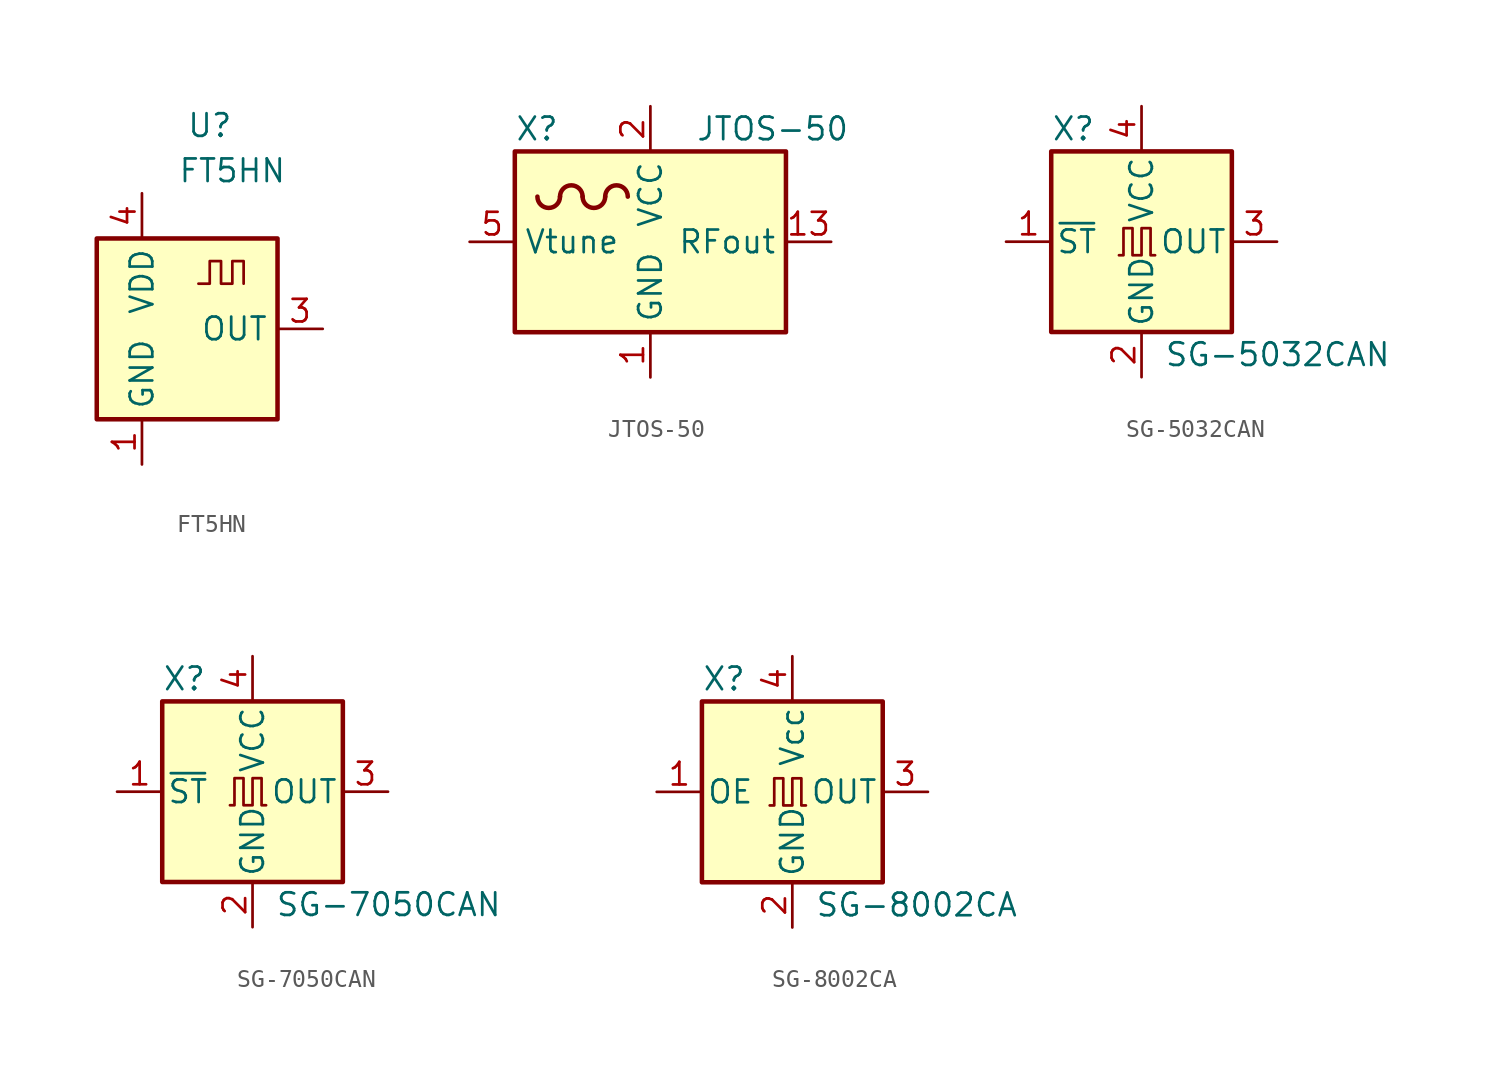
<source format=kicad_sym>
(kicad_symbol_lib
  (version 20201005)
  (generator kicad_symbol_editor)
  (symbol "FT5HN"
    (property "Reference" "U"
      (at 1.27 11.43 0)
      (effects (font (size 1.27 1.27))))
    (property "Value" "FT5HN"
      (at 2.54 8.89 0)
      (effects (font (size 1.27 1.27))))
    (symbol "FT5HN_0_1"
      (rectangle (start -5.08 5.08) (end 5.08 -5.08) (stroke (width 0.254)) (fill (type background)))
      (polyline (pts (xy 0.635 2.54) (xy 1.27 2.54) (xy 1.27 3.81) (xy 1.905 3.81) (xy 1.905 2.54) (xy 2.54 2.54) (xy 2.54 3.81) (xy 3.175 3.81) (xy 3.175 2.54)) (stroke (width 0)) (fill (type none))))
    (symbol "FT5HN_1_1"
      (pin power_in line (at -2.54 -7.62 90) (length 2.54) (name "GND" (effects (font (size 1.27 1.27)))) (number "1" (effects (font (size 1.27 1.27)))))
      (pin passive line (at -2.54 -7.62 90) (length 2.54) hide (name "GND" (effects (font (size 1.27 1.27)))) (number "2" (effects (font (size 1.27 1.27)))))
      (pin output line (at 7.62 0 180) (length 2.54) (name "OUT" (effects (font (size 1.27 1.27)))) (number "3" (effects (font (size 1.27 1.27)))))
      (pin power_in line (at -2.54 7.62 270) (length 2.54) (name "VDD" (effects (font (size 1.27 1.27)))) (number "4" (effects (font (size 1.27 1.27)))))))
  (symbol "JTOS-50"
    (property "Reference" "X"
      (at -7.62 6.35 0)
      (effects (font (size 1.27 1.27)) (justify left)))
    (property "Value" "JTOS-50"
      (at 2.54 6.35 0)
      (effects (font (size 1.27 1.27)) (justify left)))
    (symbol "JTOS-50_0_1"
      (arc (start -6.35 2.54) (end -5.08 2.54) (radius (at -5.715 2.54) (length 0.635) (angles -179.9 -0.1)) (stroke (width 0.254)) (fill (type none)))
      (arc (start -3.81 2.54) (end -5.08 2.54) (radius (at -4.445 2.54) (length 0.635) (angles 0.1 179.9)) (stroke (width 0.254)) (fill (type none)))
      (arc (start -3.81 2.54) (end -2.54 2.54) (radius (at -3.175 2.54) (length 0.635) (angles -179.9 -0.1)) (stroke (width 0.254)) (fill (type none)))
      (arc (start -1.27 2.54) (end -2.54 2.54) (radius (at -1.905 2.54) (length 0.635) (angles 0.1 179.9)) (stroke (width 0.254)) (fill (type none)))
      (rectangle (start -7.62 5.08) (end 7.62 -5.08) (stroke (width 0.254)) (fill (type background))))
    (symbol "JTOS-50_1_1"
      (pin power_in line (at 0 -7.62 90) (length 2.54) (name "GND" (effects (font (size 1.27 1.27)))) (number "1" (effects (font (size 1.27 1.27)))))
      (pin passive line (at 0 -7.62 90) (length 2.54) hide (name "GND" (effects (font (size 1.27 1.27)))) (number "10" (effects (font (size 1.27 1.27)))))
      (pin passive line (at 0 -7.62 90) (length 2.54) hide (name "GND" (effects (font (size 1.27 1.27)))) (number "11" (effects (font (size 1.27 1.27)))))
      (pin passive line (at 0 -7.62 90) (length 2.54) hide (name "GND" (effects (font (size 1.27 1.27)))) (number "12" (effects (font (size 1.27 1.27)))))
      (pin output line (at 10.16 0 180) (length 2.54) (name "RFout" (effects (font (size 1.27 1.27)))) (number "13" (effects (font (size 1.27 1.27)))))
      (pin passive line (at 0 -7.62 90) (length 2.54) hide (name "GND" (effects (font (size 1.27 1.27)))) (number "14" (effects (font (size 1.27 1.27)))))
      (pin power_in line (at 0 7.62 270) (length 2.54) (name "VCC" (effects (font (size 1.27 1.27)))) (number "2" (effects (font (size 1.27 1.27)))))
      (pin passive line (at 0 -7.62 90) (length 2.54) hide (name "GND" (effects (font (size 1.27 1.27)))) (number "3" (effects (font (size 1.27 1.27)))))
      (pin passive line (at 0 -7.62 90) (length 2.54) hide (name "GND" (effects (font (size 1.27 1.27)))) (number "4" (effects (font (size 1.27 1.27)))))
      (pin input line (at -10.16 0 0) (length 2.54) (name "Vtune" (effects (font (size 1.27 1.27)))) (number "5" (effects (font (size 1.27 1.27)))))
      (pin passive line (at 0 -7.62 90) (length 2.54) hide (name "GND" (effects (font (size 1.27 1.27)))) (number "6" (effects (font (size 1.27 1.27)))))
      (pin passive line (at 0 -7.62 90) (length 2.54) hide (name "GND" (effects (font (size 1.27 1.27)))) (number "7" (effects (font (size 1.27 1.27)))))
      (pin passive line (at 0 -7.62 90) (length 2.54) hide (name "GND" (effects (font (size 1.27 1.27)))) (number "8" (effects (font (size 1.27 1.27)))))
      (pin passive line (at 0 -7.62 90) (length 2.54) hide (name "GND" (effects (font (size 1.27 1.27)))) (number "9" (effects (font (size 1.27 1.27)))))))
  (symbol "SG-5032CAN"
    (pin_names
      (offset 0.254))
    (property "Reference" "X"
      (at -5.08 6.35 0)
      (effects (font (size 1.27 1.27)) (justify left)))
    (property "Value" "SG-5032CAN"
      (at 1.27 -6.35 0)
      (effects (font (size 1.27 1.27)) (justify left)))
    (symbol "SG-5032CAN_0_1"
      (rectangle (start -5.08 5.08) (end 5.08 -5.08) (stroke (width 0.254)) (fill (type background)))
      (polyline (pts (xy -1.27 -0.762) (xy -1.016 -0.762) (xy -1.016 0.762) (xy -0.508 0.762) (xy -0.508 -0.762) (xy 0 -0.762) (xy 0 0.762) (xy 0.508 0.762) (xy 0.508 -0.762) (xy 0.762 -0.762)) (stroke (width 0)) (fill (type none))))
    (symbol "SG-5032CAN_1_1"
      (pin input line (at -7.62 0 0) (length 2.54) (name "~ST" (effects (font (size 1.27 1.27)))) (number "1" (effects (font (size 1.27 1.27)))))
      (pin power_in line (at 0 -7.62 90) (length 2.54) (name "GND" (effects (font (size 1.27 1.27)))) (number "2" (effects (font (size 1.27 1.27)))))
      (pin output line (at 7.62 0 180) (length 2.54) (name "OUT" (effects (font (size 1.27 1.27)))) (number "3" (effects (font (size 1.27 1.27)))))
      (pin power_in line (at 0 7.62 270) (length 2.54) (name "VCC" (effects (font (size 1.27 1.27)))) (number "4" (effects (font (size 1.27 1.27)))))))
  (symbol "SG-7050CAN"
    (pin_names
      (offset 0.254))
    (property "Reference" "X"
      (at -5.08 6.35 0)
      (effects (font (size 1.27 1.27)) (justify left)))
    (property "Value" "SG-7050CAN"
      (at 1.27 -6.35 0)
      (effects (font (size 1.27 1.27)) (justify left)))
    (symbol "SG-7050CAN_0_1"
      (rectangle (start -5.08 5.08) (end 5.08 -5.08) (stroke (width 0.254)) (fill (type background)))
      (polyline (pts (xy -1.27 -0.762) (xy -1.016 -0.762) (xy -1.016 0.762) (xy -0.508 0.762) (xy -0.508 -0.762) (xy 0 -0.762) (xy 0 0.762) (xy 0.508 0.762) (xy 0.508 -0.762) (xy 0.762 -0.762)) (stroke (width 0)) (fill (type none))))
    (symbol "SG-7050CAN_1_1"
      (pin input line (at -7.62 0 0) (length 2.54) (name "~ST" (effects (font (size 1.27 1.27)))) (number "1" (effects (font (size 1.27 1.27)))))
      (pin power_in line (at 0 -7.62 90) (length 2.54) (name "GND" (effects (font (size 1.27 1.27)))) (number "2" (effects (font (size 1.27 1.27)))))
      (pin output line (at 7.62 0 180) (length 2.54) (name "OUT" (effects (font (size 1.27 1.27)))) (number "3" (effects (font (size 1.27 1.27)))))
      (pin power_in line (at 0 7.62 270) (length 2.54) (name "VCC" (effects (font (size 1.27 1.27)))) (number "4" (effects (font (size 1.27 1.27)))))))
  (symbol "SG-8002CA"
    (pin_names
      (offset 0.254))
    (property "Reference" "X"
      (at -5.08 6.35 0)
      (effects (font (size 1.27 1.27)) (justify left)))
    (property "Value" "SG-8002CA"
      (at 1.27 -6.35 0)
      (effects (font (size 1.27 1.27)) (justify left)))
    (symbol "SG-8002CA_0_1"
      (rectangle (start -5.08 5.08) (end 5.08 -5.08) (stroke (width 0.254)) (fill (type background)))
      (polyline (pts (xy -1.27 -0.762) (xy -1.016 -0.762) (xy -1.016 0.762) (xy -0.508 0.762) (xy -0.508 -0.762) (xy 0 -0.762) (xy 0 0.762) (xy 0.508 0.762) (xy 0.508 -0.762) (xy 0.762 -0.762)) (stroke (width 0)) (fill (type none))))
    (symbol "SG-8002CA_1_1"
      (pin input line (at -7.62 0 0) (length 2.54) (name "OE" (effects (font (size 1.27 1.27)))) (number "1" (effects (font (size 1.27 1.27)))))
      (pin power_in line (at 0 -7.62 90) (length 2.54) (name "GND" (effects (font (size 1.27 1.27)))) (number "2" (effects (font (size 1.27 1.27)))))
      (pin output line (at 7.62 0 180) (length 2.54) (name "OUT" (effects (font (size 1.27 1.27)))) (number "3" (effects (font (size 1.27 1.27)))))
      (pin power_in line (at 0 7.62 270) (length 2.54) (name "Vcc" (effects (font (size 1.27 1.27)))) (number "4" (effects (font (size 1.27 1.27))))))))
</source>
